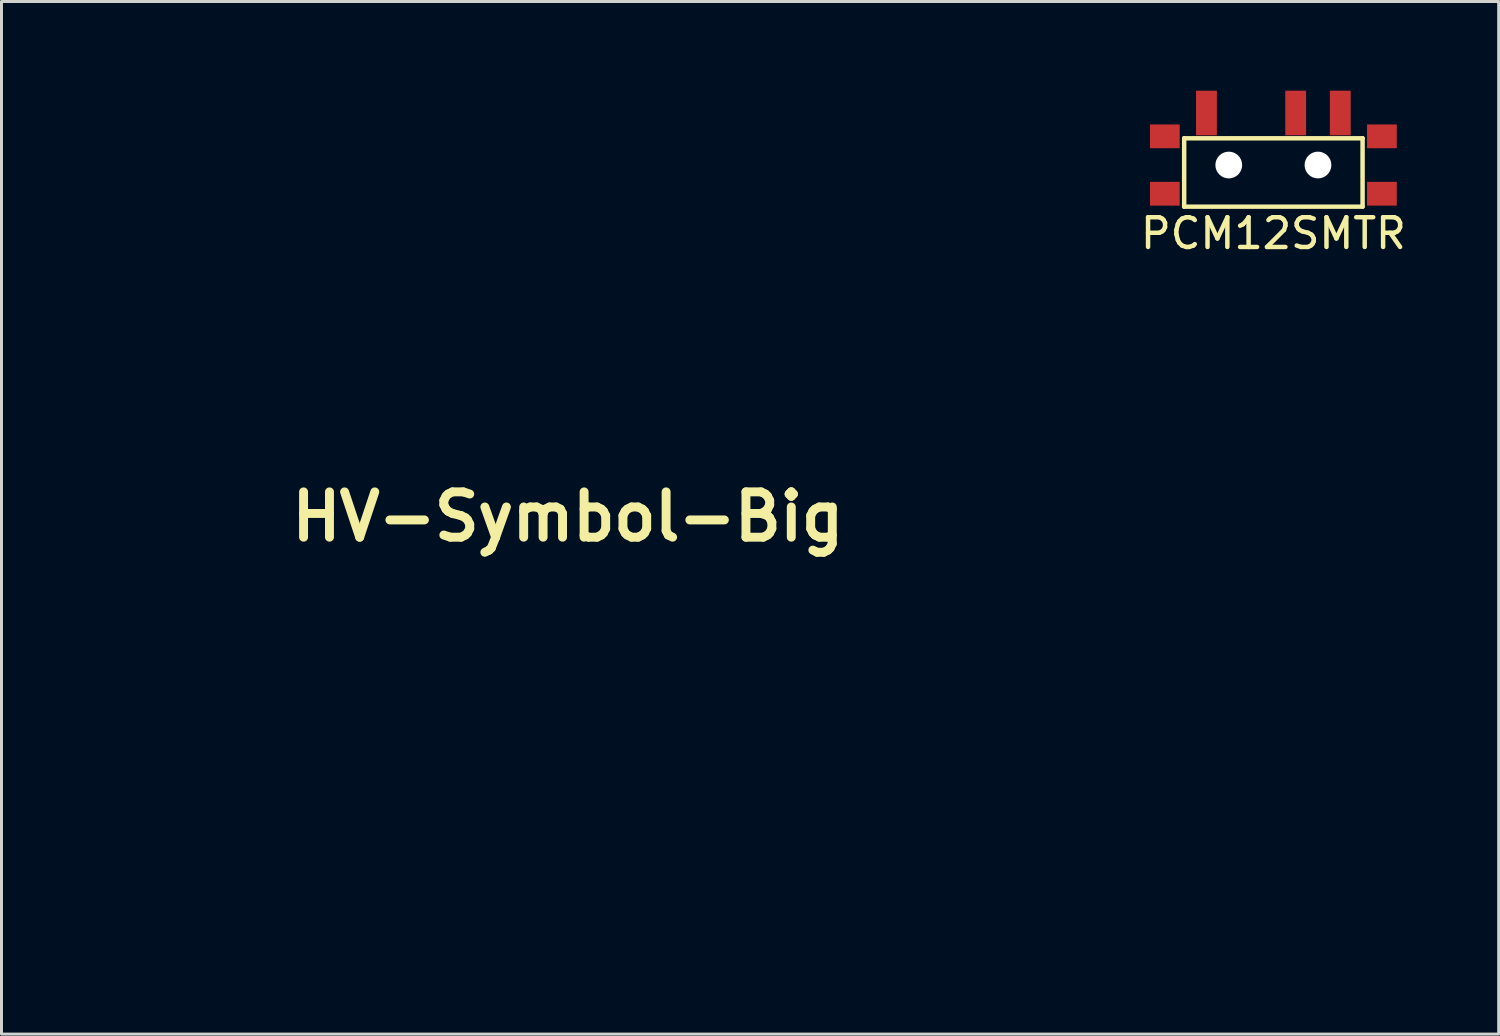
<source format=kicad_pcb>
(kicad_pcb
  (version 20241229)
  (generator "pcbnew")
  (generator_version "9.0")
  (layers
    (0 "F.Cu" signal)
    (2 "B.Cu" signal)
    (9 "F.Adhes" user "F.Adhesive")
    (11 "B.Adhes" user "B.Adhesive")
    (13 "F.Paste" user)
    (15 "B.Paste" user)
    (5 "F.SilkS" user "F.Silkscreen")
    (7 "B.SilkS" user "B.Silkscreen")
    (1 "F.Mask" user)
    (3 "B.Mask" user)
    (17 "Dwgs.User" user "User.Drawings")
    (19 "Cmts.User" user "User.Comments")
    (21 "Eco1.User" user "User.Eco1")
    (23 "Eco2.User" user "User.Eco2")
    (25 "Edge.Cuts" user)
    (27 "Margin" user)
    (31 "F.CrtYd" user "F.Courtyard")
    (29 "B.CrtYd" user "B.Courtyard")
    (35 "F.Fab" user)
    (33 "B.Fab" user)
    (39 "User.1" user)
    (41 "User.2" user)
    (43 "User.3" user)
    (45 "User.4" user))
  (footprint "PCM12SMTR"
    (layer "F.Cu")
    (at 39.773 2.5)
    (property "Reference" "PCM12SMTR" (at 0 2.3 0) (layer "F.SilkS") (effects (font (size 1 1) (thickness 0.15))))
    (attr through_hole)
    (fp_line (start -3 -0.9) (end 3 -0.9) (stroke (width 0.15) (type solid)) (layer "F.SilkS"))
    (fp_line (start -3 1.4) (end -3 -0.9) (stroke (width 0.15) (type solid)) (layer "F.SilkS"))
    (fp_line (start 3 -0.9) (end 3 1.4) (stroke (width 0.15) (type solid)) (layer "F.SilkS"))
    (fp_line (start 3 1.4) (end -3 1.4) (stroke (width 0.15) (type solid)) (layer "F.SilkS"))
    (pad "" smd rect (at -3.65 -0.965) (size 1 0.8) (layers "F.Cu" "F.Mask" "F.Paste"))
    (pad "" smd rect (at -3.65 0.965) (size 1 0.8) (layers "F.Cu" "F.Mask" "F.Paste"))
    (pad "" np_thru_hole circle (at -1.5 0) (size 0.9 0.9) (drill 0.9) (layers "*.Cu" "*.Mask"))
    (pad "" np_thru_hole circle (at 1.5 0) (size 0.9 0.9) (drill 0.9) (layers "*.Cu" "*.Mask"))
    (pad "" smd rect (at 3.65 -0.965) (size 1 0.8) (layers "F.Cu" "F.Mask" "F.Paste"))
    (pad "" smd rect (at 3.65 0.965) (size 1 0.8) (layers "F.Cu" "F.Mask" "F.Paste"))
    (pad "1" smd rect (at -2.25 -1.75) (size 0.7 1.5) (layers "F.Cu" "F.Mask" "F.Paste"))
    (pad "2" smd rect (at 0.75 -1.75) (size 0.7 1.5) (layers "F.Cu" "F.Mask" "F.Paste"))
    (pad "3" smd rect (at 2.25 -1.75) (size 0.7 1.5) (layers "F.Cu" "F.Mask" "F.Paste")))
  (footprint "HV-Symbol-Big"
    (layer "F.Cu")
    (at 16.049 14.326)
    (property "Reference" "HV-Symbol-Big" (at 0 0 0) (layer "F.SilkS") (effects (font (size 1.524 1.524) (thickness 0.3))))
    (attr through_hole)
    (fp_poly (pts (xy 0.273 -7.453) (xy 0.689 -7.443) (xy 1.018 -7.428) (xy 1.234 -7.41) (xy 1.311 -7.389) (xy 1.283 -7.301) (xy 1.201 -7.075) (xy 1.072 -6.726) (xy 0.901 -6.268) (xy 0.694 -5.716) (xy 0.456 -5.085) (xy 0.193 -4.39) (xy -0.091 -3.645) (xy -0.155 -3.476) (xy -0.441 -2.724) (xy -0.707 -2.019) (xy -0.949 -1.377) (xy -1.16 -0.811) (xy -1.335 -0.336) (xy -1.469 0.033) (xy -1.556 0.282) (xy -1.591 0.395) (xy -1.591 0.401) (xy -1.51 0.382) (xy -1.293 0.312) (xy -0.958 0.199) (xy -0.524 0.048) (xy -0.01 -0.134) (xy 0.568 -0.341) (xy 0.983 -0.492) (xy 1.593 -0.712) (xy 2.153 -0.911) (xy 2.644 -1.083) (xy 3.049 -1.222) (xy 3.348 -1.32) (xy 3.524 -1.373) (xy 3.564 -1.379) (xy 3.539 -1.3) (xy 3.454 -1.083) (xy 3.314 -0.742) (xy 3.125 -0.29) (xy 2.892 0.26) (xy 2.622 0.896) (xy 2.319 1.603) (xy 1.988 2.37) (xy 1.636 3.183) (xy 1.611 3.241) (xy -0.378 7.825) (xy 0.431 7.848) (xy 0.769 7.864) (xy 1.033 7.889) (xy 1.188 7.918) (xy 1.214 7.938) (xy 1.157 8.021) (xy 1.013 8.211) (xy 0.799 8.486) (xy 0.529 8.828) (xy 0.221 9.218) (xy -0.112 9.636) (xy -0.452 10.062) (xy -0.786 10.478) (xy -1.097 10.863) (xy -1.369 11.199) (xy -1.588 11.465) (xy -1.737 11.643) (xy -1.802 11.712) (xy -1.803 11.712) (xy -1.828 11.636) (xy -1.882 11.419) (xy -1.959 11.081) (xy -2.054 10.64) (xy -2.164 10.118) (xy -2.285 9.533) (xy -2.328 9.32) (xy -2.452 8.709) (xy -2.567 8.144) (xy -2.669 7.649) (xy -2.753 7.243) (xy -2.814 6.948) (xy -2.849 6.786) (xy -2.854 6.766) (xy -2.828 6.725) (xy -2.701 6.782) (xy -2.464 6.941) (xy -2.23 7.115) (xy -1.95 7.326) (xy -1.72 7.494) (xy -1.571 7.597) (xy -1.53 7.62) (xy -1.493 7.546) (xy -1.407 7.338) (xy -1.28 7.014) (xy -1.118 6.594) (xy -0.929 6.097) (xy -0.721 5.543) (xy -0.499 4.951) (xy -0.272 4.341) (xy -0.047 3.731) (xy 0.17 3.141) (xy 0.371 2.59) (xy 0.549 2.098) (xy 0.696 1.685) (xy 0.806 1.368) (xy 0.872 1.169) (xy 0.887 1.105) (xy 0.803 1.122) (xy 0.586 1.188) (xy 0.254 1.296) (xy -0.173 1.439) (xy -0.674 1.612) (xy -1.23 1.806) (xy -1.315 1.836) (xy -1.877 2.034) (xy -2.385 2.212) (xy -2.82 2.364) (xy -3.163 2.482) (xy -3.394 2.56) (xy -3.493 2.591) (xy -3.495 2.591) (xy -3.483 2.511) (xy -3.445 2.284) (xy -3.382 1.922) (xy -3.297 1.441) (xy -3.193 0.854) (xy -3.072 0.174) (xy -2.937 -0.583) (xy -2.789 -1.406) (xy -2.632 -2.279) (xy -2.615 -2.376) (xy -2.456 -3.256) (xy -2.307 -4.088) (xy -2.169 -4.858) (xy -2.045 -5.552) (xy -1.937 -6.156) (xy -1.848 -6.656) (xy -1.781 -7.038) (xy -1.738 -7.288) (xy -1.721 -7.393) (xy -1.721 -7.395) (xy -1.643 -7.414) (xy -1.427 -7.431) (xy -1.098 -7.444) (xy -0.682 -7.453) (xy -0.205 -7.456) (xy 0.273 -7.453)) (stroke (width 0.01) (type solid)) (fill yes) (layer "F.Mask"))
    (fp_poly (pts (xy 0.551 -14.286) (xy 1.021 -14.098) (xy 1.423 -13.766) (xy 1.468 -13.714) (xy 1.538 -13.607) (xy 1.683 -13.367) (xy 1.898 -13.002) (xy 2.178 -12.521) (xy 2.517 -11.933) (xy 2.911 -11.246) (xy 3.355 -10.471) (xy 3.844 -9.615) (xy 4.373 -8.687) (xy 4.936 -7.696) (xy 5.53 -6.652) (xy 6.148 -5.562) (xy 6.786 -4.436) (xy 7.439 -3.282) (xy 8.102 -2.11) (xy 8.77 -0.928) (xy 9.438 0.256) (xy 10.1 1.431) (xy 10.753 2.59) (xy 11.391 3.723) (xy 12.008 4.821) (xy 12.601 5.877) (xy 13.164 6.881) (xy 13.691 7.823) (xy 14.179 8.696) (xy 14.622 9.491) (xy 15.015 10.198) (xy 15.352 10.809) (xy 15.63 11.315) (xy 15.843 11.707) (xy 15.986 11.976) (xy 16.054 12.114) (xy 16.059 12.126) (xy 16.141 12.678) (xy 16.07 13.186) (xy 15.851 13.637) (xy 15.492 14.013) (xy 15.199 14.203) (xy 14.871 14.38) (xy 0.164 14.394) (xy -1.379 14.395) (xy -2.879 14.395) (xy -4.329 14.395) (xy -5.719 14.394) (xy -7.041 14.392) (xy -8.288 14.39) (xy -9.45 14.387) (xy -10.52 14.384) (xy -11.488 14.38) (xy -12.348 14.376) (xy -13.089 14.371) (xy -13.705 14.366) (xy -14.187 14.36) (xy -14.525 14.354) (xy -14.713 14.348) (xy -14.749 14.345) (xy -15.166 14.169) (xy -15.521 13.932) (xy -15.625 13.833) (xy -15.883 13.444) (xy -16.025 12.978) (xy -16.037 12.68) (xy -14.419 12.68) (xy -14.39 12.693) (xy -14.299 12.705) (xy -14.139 12.716) (xy -13.905 12.726) (xy -13.589 12.735) (xy -13.187 12.743) (xy -12.693 12.75) (xy -12.099 12.757) (xy -11.401 12.762) (xy -10.592 12.767) (xy -9.665 12.771) (xy -8.616 12.774) (xy -7.437 12.777) (xy -6.123 12.779) (xy -4.668 12.78) (xy -3.065 12.781) (xy -1.309 12.782) (xy 0.041 12.782) (xy 1.902 12.782) (xy 3.605 12.781) (xy 5.157 12.78) (xy 6.564 12.778) (xy 7.831 12.776) (xy 8.966 12.774) (xy 9.975 12.77) (xy 10.863 12.766) (xy 11.637 12.761) (xy 12.304 12.756) (xy 12.869 12.749) (xy 13.338 12.742) (xy 13.719 12.734) (xy 14.016 12.725) (xy 14.237 12.715) (xy 14.388 12.704) (xy 14.474 12.691) (xy 14.503 12.678) (xy 14.503 12.677) (xy 14.463 12.598) (xy 14.348 12.384) (xy 14.162 12.045) (xy 13.91 11.59) (xy 13.597 11.027) (xy 13.229 10.366) (xy 12.809 9.615) (xy 12.344 8.783) (xy 11.837 7.879) (xy 11.294 6.911) (xy 10.72 5.888) (xy 10.12 4.82) (xy 9.499 3.714) (xy 8.862 2.581) (xy 8.213 1.427) (xy 7.557 0.263) (xy 6.901 -0.903) (xy 6.248 -2.062) (xy 5.603 -3.205) (xy 4.972 -4.324) (xy 4.359 -5.41) (xy 3.769 -6.454) (xy 3.208 -7.446) (xy 2.68 -8.379) (xy 2.19 -9.244) (xy 1.743 -10.032) (xy 1.345 -10.733) (xy 0.999 -11.339) (xy 0.712 -11.842) (xy 0.487 -12.233) (xy 0.33 -12.502) (xy 0.247 -12.642) (xy 0.234 -12.659) (xy 0.134 -12.681) (xy 0.078 -12.618) (xy -0.017 -12.458) (xy -0.186 -12.17) (xy -0.422 -11.763) (xy -0.722 -11.245) (xy -1.08 -10.626) (xy -1.491 -9.913) (xy -1.95 -9.117) (xy -2.452 -8.244) (xy -2.992 -7.305) (xy -3.565 -6.308) (xy -4.166 -5.261) (xy -4.79 -4.173) (xy -5.433 -3.054) (xy -6.088 -1.911) (xy -6.752 -0.754) (xy -7.418 0.409) (xy -8.083 1.569) (xy -8.741 2.717) (xy -9.386 3.845) (xy -10.015 4.944) (xy -10.622 6.005) (xy -11.202 7.019) (xy -11.75 7.978) (xy -12.261 8.873) (xy -12.73 9.695) (xy -13.152 10.436) (xy -13.522 11.086) (xy -13.836 11.638) (xy -14.087 12.081) (xy -14.271 12.409) (xy -14.384 12.611) (xy -14.419 12.68) (xy -16.037 12.68) (xy -16.044 12.481) (xy -15.947 12.045) (xy -15.897 11.947) (xy -15.77 11.717) (xy -15.571 11.362) (xy -15.306 10.891) (xy -14.979 10.314) (xy -14.596 9.639) (xy -14.161 8.874) (xy -13.68 8.03) (xy -13.157 7.114) (xy -12.598 6.135) (xy -12.008 5.102) (xy -11.391 4.025) (xy -10.754 2.911) (xy -10.1 1.769) (xy -9.435 0.609) (xy -8.764 -0.561) (xy -8.093 -1.732) (xy -7.425 -2.895) (xy -6.767 -4.041) (xy -6.123 -5.162) (xy -5.498 -6.249) (xy -4.897 -7.292) (xy -4.326 -8.284) (xy -3.789 -9.215) (xy -3.292 -10.077) (xy -2.839 -10.86) (xy -2.436 -11.556) (xy -2.088 -12.156) (xy -1.799 -12.652) (xy -1.575 -13.034) (xy -1.421 -13.293) (xy -1.346 -13.416) (xy -0.975 -13.866) (xy -0.55 -14.163) (xy -0.067 -14.31) (xy 0.034 -14.321) (xy 0.551 -14.286)) (stroke (width 0.01) (type solid)) (fill yes) (layer "F.Mask")))
  (gr_rect
    (start -3 -3)
    (end 47.35 31.726)
    (stroke (width 0.1) (type default))
    (fill no)
    (layer "Edge.Cuts")))
</source>
